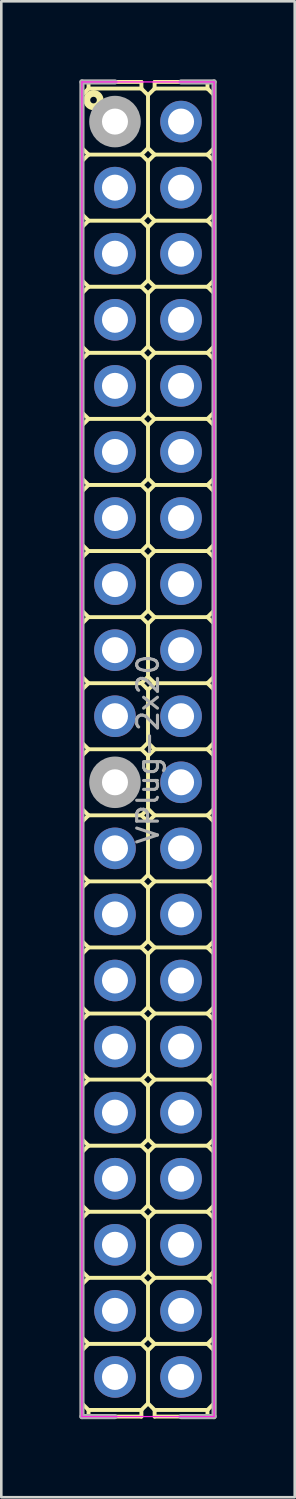
<source format=kicad_pcb>
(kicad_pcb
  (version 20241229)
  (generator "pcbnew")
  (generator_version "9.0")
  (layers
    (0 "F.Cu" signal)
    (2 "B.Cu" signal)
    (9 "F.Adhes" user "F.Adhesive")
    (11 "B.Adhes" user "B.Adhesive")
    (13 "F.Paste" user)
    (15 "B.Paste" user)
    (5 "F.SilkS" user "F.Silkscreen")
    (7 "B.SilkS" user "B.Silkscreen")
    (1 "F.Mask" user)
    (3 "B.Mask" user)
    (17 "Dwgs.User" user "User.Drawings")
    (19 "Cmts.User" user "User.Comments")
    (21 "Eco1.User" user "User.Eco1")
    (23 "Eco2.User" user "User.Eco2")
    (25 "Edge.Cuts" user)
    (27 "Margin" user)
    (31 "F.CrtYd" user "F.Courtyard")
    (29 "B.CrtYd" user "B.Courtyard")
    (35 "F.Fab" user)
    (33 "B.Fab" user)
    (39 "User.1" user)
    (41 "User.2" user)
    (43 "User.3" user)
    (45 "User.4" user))
  (footprint "VPlug-2x20"
    (layer "F.Cu")
    (at 2.64 25.754)
    (property "Reference" "VPlug-2x20" (at 0 0 270) (layer "F.Fab") (effects (font (size 0.8 0.8) (thickness 0.12))))
    (attr through_hole)
    (fp_line (start -2.54 -25.146) (end -2.54 -23.114) (stroke (width 0.15) (type solid)) (layer "F.SilkS"))
    (fp_line (start -2.54 -25.146) (end -2.286 -25.4) (stroke (width 0.15) (type solid)) (layer "F.SilkS"))
    (fp_line (start -2.54 -23.114) (end -2.286 -22.86) (stroke (width 0.15) (type solid)) (layer "F.SilkS"))
    (fp_line (start -2.54 -22.606) (end -2.54 -20.574) (stroke (width 0.15) (type solid)) (layer "F.SilkS"))
    (fp_line (start -2.54 -20.574) (end -2.286 -20.32) (stroke (width 0.15) (type solid)) (layer "F.SilkS"))
    (fp_line (start -2.54 -20.066) (end -2.54 -18.034) (stroke (width 0.15) (type solid)) (layer "F.SilkS"))
    (fp_line (start -2.54 -18.034) (end -2.286 -17.78) (stroke (width 0.15) (type solid)) (layer "F.SilkS"))
    (fp_line (start -2.54 -17.526) (end -2.54 -15.494) (stroke (width 0.15) (type solid)) (layer "F.SilkS"))
    (fp_line (start -2.54 -15.494) (end -2.286 -15.24) (stroke (width 0.15) (type solid)) (layer "F.SilkS"))
    (fp_line (start -2.54 -14.986) (end -2.54 -12.954) (stroke (width 0.15) (type solid)) (layer "F.SilkS"))
    (fp_line (start -2.54 -12.954) (end -2.286 -12.7) (stroke (width 0.15) (type solid)) (layer "F.SilkS"))
    (fp_line (start -2.54 -12.446) (end -2.54 -10.414) (stroke (width 0.15) (type solid)) (layer "F.SilkS"))
    (fp_line (start -2.54 -10.414) (end -2.286 -10.16) (stroke (width 0.15) (type solid)) (layer "F.SilkS"))
    (fp_line (start -2.54 -9.906) (end -2.54 -7.874) (stroke (width 0.15) (type solid)) (layer "F.SilkS"))
    (fp_line (start -2.54 -7.874) (end -2.286 -7.62) (stroke (width 0.15) (type solid)) (layer "F.SilkS"))
    (fp_line (start -2.54 -7.366) (end -2.54 -5.334) (stroke (width 0.15) (type solid)) (layer "F.SilkS"))
    (fp_line (start -2.54 -5.334) (end -2.286 -5.08) (stroke (width 0.15) (type solid)) (layer "F.SilkS"))
    (fp_line (start -2.54 -4.826) (end -2.54 -2.794) (stroke (width 0.15) (type solid)) (layer "F.SilkS"))
    (fp_line (start -2.54 -2.794) (end -2.286 -2.54) (stroke (width 0.15) (type solid)) (layer "F.SilkS"))
    (fp_line (start -2.54 -2.286) (end -2.54 -0.254) (stroke (width 0.15) (type solid)) (layer "F.SilkS"))
    (fp_line (start -2.54 -0.254) (end -2.286 0) (stroke (width 0.15) (type solid)) (layer "F.SilkS"))
    (fp_line (start -2.54 0.254) (end -2.54 2.286) (stroke (width 0.15) (type solid)) (layer "F.SilkS"))
    (fp_line (start -2.54 2.286) (end -2.286 2.54) (stroke (width 0.15) (type solid)) (layer "F.SilkS"))
    (fp_line (start -2.54 2.794) (end -2.54 4.826) (stroke (width 0.15) (type solid)) (layer "F.SilkS"))
    (fp_line (start -2.54 4.826) (end -2.286 5.08) (stroke (width 0.15) (type solid)) (layer "F.SilkS"))
    (fp_line (start -2.54 5.334) (end -2.54 7.366) (stroke (width 0.15) (type solid)) (layer "F.SilkS"))
    (fp_line (start -2.54 7.366) (end -2.286 7.62) (stroke (width 0.15) (type solid)) (layer "F.SilkS"))
    (fp_line (start -2.54 7.874) (end -2.54 9.906) (stroke (width 0.15) (type solid)) (layer "F.SilkS"))
    (fp_line (start -2.54 9.906) (end -2.286 10.16) (stroke (width 0.15) (type solid)) (layer "F.SilkS"))
    (fp_line (start -2.54 10.414) (end -2.54 12.446) (stroke (width 0.15) (type solid)) (layer "F.SilkS"))
    (fp_line (start -2.54 12.446) (end -2.286 12.7) (stroke (width 0.15) (type solid)) (layer "F.SilkS"))
    (fp_line (start -2.54 12.954) (end -2.54 14.986) (stroke (width 0.15) (type solid)) (layer "F.SilkS"))
    (fp_line (start -2.54 14.986) (end -2.286 15.24) (stroke (width 0.15) (type solid)) (layer "F.SilkS"))
    (fp_line (start -2.54 15.494) (end -2.54 17.526) (stroke (width 0.15) (type solid)) (layer "F.SilkS"))
    (fp_line (start -2.54 17.526) (end -2.286 17.78) (stroke (width 0.15) (type solid)) (layer "F.SilkS"))
    (fp_line (start -2.54 18.034) (end -2.54 20.066) (stroke (width 0.15) (type solid)) (layer "F.SilkS"))
    (fp_line (start -2.54 20.066) (end -2.286 20.32) (stroke (width 0.15) (type solid)) (layer "F.SilkS"))
    (fp_line (start -2.54 20.574) (end -2.54 22.606) (stroke (width 0.15) (type solid)) (layer "F.SilkS"))
    (fp_line (start -2.54 22.606) (end -2.286 22.86) (stroke (width 0.15) (type solid)) (layer "F.SilkS"))
    (fp_line (start -2.54 23.114) (end -2.54 25.146) (stroke (width 0.15) (type solid)) (layer "F.SilkS"))
    (fp_line (start -2.54 25.146) (end -2.286 25.4) (stroke (width 0.15) (type solid)) (layer "F.SilkS"))
    (fp_line (start -2.286 -25.654) (end -0.254 -25.654) (stroke (width 0.15) (type solid)) (layer "F.SilkS"))
    (fp_line (start -2.286 -25.4) (end -2.286 -25.654) (stroke (width 0.15) (type solid)) (layer "F.SilkS"))
    (fp_line (start -2.286 -25.4) (end -0.254 -25.4) (stroke (width 0.15) (type solid)) (layer "F.SilkS"))
    (fp_line (start -2.286 -22.86) (end -2.54 -22.606) (stroke (width 0.15) (type solid)) (layer "F.SilkS"))
    (fp_line (start -2.286 -20.32) (end -2.54 -20.066) (stroke (width 0.15) (type solid)) (layer "F.SilkS"))
    (fp_line (start -2.286 -20.32) (end -0.254 -20.32) (stroke (width 0.15) (type solid)) (layer "F.SilkS"))
    (fp_line (start -2.286 -17.78) (end -2.54 -17.526) (stroke (width 0.15) (type solid)) (layer "F.SilkS"))
    (fp_line (start -2.286 -15.24) (end -2.54 -14.986) (stroke (width 0.15) (type solid)) (layer "F.SilkS"))
    (fp_line (start -2.286 -12.7) (end -2.54 -12.446) (stroke (width 0.15) (type solid)) (layer "F.SilkS"))
    (fp_line (start -2.286 -10.16) (end -2.54 -9.906) (stroke (width 0.15) (type solid)) (layer "F.SilkS"))
    (fp_line (start -2.286 -7.62) (end -2.54 -7.366) (stroke (width 0.15) (type solid)) (layer "F.SilkS"))
    (fp_line (start -2.286 -5.08) (end -2.54 -4.826) (stroke (width 0.15) (type solid)) (layer "F.SilkS"))
    (fp_line (start -2.286 -2.54) (end -2.54 -2.286) (stroke (width 0.15) (type solid)) (layer "F.SilkS"))
    (fp_line (start -2.286 0) (end -2.54 0.254) (stroke (width 0.15) (type solid)) (layer "F.SilkS"))
    (fp_line (start -2.286 2.54) (end -2.54 2.794) (stroke (width 0.15) (type solid)) (layer "F.SilkS"))
    (fp_line (start -2.286 5.08) (end -2.54 5.334) (stroke (width 0.15) (type solid)) (layer "F.SilkS"))
    (fp_line (start -2.286 5.08) (end -0.254 5.08) (stroke (width 0.15) (type solid)) (layer "F.SilkS"))
    (fp_line (start -2.286 7.62) (end -2.54 7.874) (stroke (width 0.15) (type solid)) (layer "F.SilkS"))
    (fp_line (start -2.286 10.16) (end -2.54 10.414) (stroke (width 0.15) (type solid)) (layer "F.SilkS"))
    (fp_line (start -2.286 12.7) (end -2.54 12.954) (stroke (width 0.15) (type solid)) (layer "F.SilkS"))
    (fp_line (start -2.286 15.24) (end -2.54 15.494) (stroke (width 0.15) (type solid)) (layer "F.SilkS"))
    (fp_line (start -2.286 17.78) (end -2.54 18.034) (stroke (width 0.15) (type solid)) (layer "F.SilkS"))
    (fp_line (start -2.286 20.32) (end -2.54 20.574) (stroke (width 0.15) (type solid)) (layer "F.SilkS"))
    (fp_line (start -2.286 22.86) (end -2.54 23.114) (stroke (width 0.15) (type solid)) (layer "F.SilkS"))
    (fp_line (start -2.286 25.4) (end -2.286 25.654) (stroke (width 0.15) (type solid)) (layer "F.SilkS"))
    (fp_line (start -2.286 25.4) (end -0.254 25.4) (stroke (width 0.15) (type solid)) (layer "F.SilkS"))
    (fp_line (start -2.286 25.654) (end -0.254 25.654) (stroke (width 0.15) (type solid)) (layer "F.SilkS"))
    (fp_line (start -0.254 -25.654) (end -0.254 -25.4) (stroke (width 0.15) (type solid)) (layer "F.SilkS"))
    (fp_line (start -0.254 -25.4) (end 0 -25.146) (stroke (width 0.15) (type solid)) (layer "F.SilkS"))
    (fp_line (start -0.254 -22.86) (end -2.286 -22.86) (stroke (width 0.15) (type solid)) (layer "F.SilkS"))
    (fp_line (start -0.254 -20.32) (end 0 -20.574) (stroke (width 0.15) (type solid)) (layer "F.SilkS"))
    (fp_line (start -0.254 -17.78) (end -2.286 -17.78) (stroke (width 0.15) (type solid)) (layer "F.SilkS"))
    (fp_line (start -0.254 -17.78) (end 0 -18.034) (stroke (width 0.15) (type solid)) (layer "F.SilkS"))
    (fp_line (start -0.254 -15.24) (end -2.286 -15.24) (stroke (width 0.15) (type solid)) (layer "F.SilkS"))
    (fp_line (start -0.254 -15.24) (end 0 -15.494) (stroke (width 0.15) (type solid)) (layer "F.SilkS"))
    (fp_line (start -0.254 -12.7) (end -2.286 -12.7) (stroke (width 0.15) (type solid)) (layer "F.SilkS"))
    (fp_line (start -0.254 -12.7) (end 0 -12.954) (stroke (width 0.15) (type solid)) (layer "F.SilkS"))
    (fp_line (start -0.254 -10.16) (end -2.286 -10.16) (stroke (width 0.15) (type solid)) (layer "F.SilkS"))
    (fp_line (start -0.254 -10.16) (end 0 -10.414) (stroke (width 0.15) (type solid)) (layer "F.SilkS"))
    (fp_line (start -0.254 -7.62) (end -2.286 -7.62) (stroke (width 0.15) (type solid)) (layer "F.SilkS"))
    (fp_line (start -0.254 -7.62) (end 0 -7.874) (stroke (width 0.15) (type solid)) (layer "F.SilkS"))
    (fp_line (start -0.254 -5.08) (end -2.286 -5.08) (stroke (width 0.15) (type solid)) (layer "F.SilkS"))
    (fp_line (start -0.254 -5.08) (end 0 -5.334) (stroke (width 0.15) (type solid)) (layer "F.SilkS"))
    (fp_line (start -0.254 -2.54) (end -2.286 -2.54) (stroke (width 0.15) (type solid)) (layer "F.SilkS"))
    (fp_line (start -0.254 -2.54) (end 0 -2.794) (stroke (width 0.15) (type solid)) (layer "F.SilkS"))
    (fp_line (start -0.254 0) (end -2.286 0) (stroke (width 0.15) (type solid)) (layer "F.SilkS"))
    (fp_line (start -0.254 2.54) (end -2.286 2.54) (stroke (width 0.15) (type solid)) (layer "F.SilkS"))
    (fp_line (start -0.254 5.08) (end 0 4.826) (stroke (width 0.15) (type solid)) (layer "F.SilkS"))
    (fp_line (start -0.254 7.62) (end -2.286 7.62) (stroke (width 0.15) (type solid)) (layer "F.SilkS"))
    (fp_line (start -0.254 7.62) (end 0 7.366) (stroke (width 0.15) (type solid)) (layer "F.SilkS"))
    (fp_line (start -0.254 10.16) (end -2.286 10.16) (stroke (width 0.15) (type solid)) (layer "F.SilkS"))
    (fp_line (start -0.254 10.16) (end 0 9.906) (stroke (width 0.15) (type solid)) (layer "F.SilkS"))
    (fp_line (start -0.254 12.7) (end -2.286 12.7) (stroke (width 0.15) (type solid)) (layer "F.SilkS"))
    (fp_line (start -0.254 12.7) (end 0 12.446) (stroke (width 0.15) (type solid)) (layer "F.SilkS"))
    (fp_line (start -0.254 15.24) (end -2.286 15.24) (stroke (width 0.15) (type solid)) (layer "F.SilkS"))
    (fp_line (start -0.254 15.24) (end 0 14.986) (stroke (width 0.15) (type solid)) (layer "F.SilkS"))
    (fp_line (start -0.254 17.78) (end -2.286 17.78) (stroke (width 0.15) (type solid)) (layer "F.SilkS"))
    (fp_line (start -0.254 17.78) (end 0 17.526) (stroke (width 0.15) (type solid)) (layer "F.SilkS"))
    (fp_line (start -0.254 20.32) (end -2.286 20.32) (stroke (width 0.15) (type solid)) (layer "F.SilkS"))
    (fp_line (start -0.254 20.32) (end 0 20.066) (stroke (width 0.15) (type solid)) (layer "F.SilkS"))
    (fp_line (start -0.254 22.86) (end -2.286 22.86) (stroke (width 0.15) (type solid)) (layer "F.SilkS"))
    (fp_line (start -0.254 22.86) (end 0 22.606) (stroke (width 0.15) (type solid)) (layer "F.SilkS"))
    (fp_line (start -0.254 25.4) (end 0 25.146) (stroke (width 0.15) (type solid)) (layer "F.SilkS"))
    (fp_line (start -0.254 25.654) (end -0.254 25.4) (stroke (width 0.15) (type solid)) (layer "F.SilkS"))
    (fp_line (start 0 -25.146) (end 0 -23.114) (stroke (width 0.15) (type solid)) (layer "F.SilkS"))
    (fp_line (start 0 -25.146) (end 0.254 -25.4) (stroke (width 0.15) (type solid)) (layer "F.SilkS"))
    (fp_line (start 0 -23.114) (end -0.254 -22.86) (stroke (width 0.15) (type solid)) (layer "F.SilkS"))
    (fp_line (start 0 -23.114) (end 0.254 -22.86) (stroke (width 0.15) (type solid)) (layer "F.SilkS"))
    (fp_line (start 0 -22.606) (end -0.254 -22.86) (stroke (width 0.15) (type solid)) (layer "F.SilkS"))
    (fp_line (start 0 -20.574) (end 0 -22.606) (stroke (width 0.15) (type solid)) (layer "F.SilkS"))
    (fp_line (start 0 -20.574) (end 0.254 -20.32) (stroke (width 0.15) (type solid)) (layer "F.SilkS"))
    (fp_line (start 0 -20.066) (end -0.254 -20.32) (stroke (width 0.15) (type solid)) (layer "F.SilkS"))
    (fp_line (start 0 -18.034) (end 0 -20.066) (stroke (width 0.15) (type solid)) (layer "F.SilkS"))
    (fp_line (start 0 -18.034) (end 0.254 -17.78) (stroke (width 0.15) (type solid)) (layer "F.SilkS"))
    (fp_line (start 0 -17.526) (end -0.254 -17.78) (stroke (width 0.15) (type solid)) (layer "F.SilkS"))
    (fp_line (start 0 -15.494) (end 0 -17.526) (stroke (width 0.15) (type solid)) (layer "F.SilkS"))
    (fp_line (start 0 -15.494) (end 0.254 -15.24) (stroke (width 0.15) (type solid)) (layer "F.SilkS"))
    (fp_line (start 0 -14.986) (end -0.254 -15.24) (stroke (width 0.15) (type solid)) (layer "F.SilkS"))
    (fp_line (start 0 -12.954) (end 0 -14.986) (stroke (width 0.15) (type solid)) (layer "F.SilkS"))
    (fp_line (start 0 -12.954) (end 0.254 -12.7) (stroke (width 0.15) (type solid)) (layer "F.SilkS"))
    (fp_line (start 0 -12.446) (end -0.254 -12.7) (stroke (width 0.15) (type solid)) (layer "F.SilkS"))
    (fp_line (start 0 -10.414) (end 0 -12.446) (stroke (width 0.15) (type solid)) (layer "F.SilkS"))
    (fp_line (start 0 -10.414) (end 0.254 -10.16) (stroke (width 0.15) (type solid)) (layer "F.SilkS"))
    (fp_line (start 0 -9.906) (end -0.254 -10.16) (stroke (width 0.15) (type solid)) (layer "F.SilkS"))
    (fp_line (start 0 -7.874) (end 0 -9.906) (stroke (width 0.15) (type solid)) (layer "F.SilkS"))
    (fp_line (start 0 -7.874) (end 0.254 -7.62) (stroke (width 0.15) (type solid)) (layer "F.SilkS"))
    (fp_line (start 0 -7.366) (end -0.254 -7.62) (stroke (width 0.15) (type solid)) (layer "F.SilkS"))
    (fp_line (start 0 -5.334) (end 0 -7.366) (stroke (width 0.15) (type solid)) (layer "F.SilkS"))
    (fp_line (start 0 -5.334) (end 0.254 -5.08) (stroke (width 0.15) (type solid)) (layer "F.SilkS"))
    (fp_line (start 0 -4.826) (end -0.254 -5.08) (stroke (width 0.15) (type solid)) (layer "F.SilkS"))
    (fp_line (start 0 -2.794) (end 0 -4.826) (stroke (width 0.15) (type solid)) (layer "F.SilkS"))
    (fp_line (start 0 -2.794) (end 0.254 -2.54) (stroke (width 0.15) (type solid)) (layer "F.SilkS"))
    (fp_line (start 0 -2.286) (end -0.254 -2.54) (stroke (width 0.15) (type solid)) (layer "F.SilkS"))
    (fp_line (start 0 -0.254) (end -0.254 0) (stroke (width 0.15) (type solid)) (layer "F.SilkS"))
    (fp_line (start 0 -0.254) (end 0 -2.286) (stroke (width 0.15) (type solid)) (layer "F.SilkS"))
    (fp_line (start 0 0.254) (end -0.254 0) (stroke (width 0.15) (type solid)) (layer "F.SilkS"))
    (fp_line (start 0 0.254) (end 0 2.286) (stroke (width 0.15) (type solid)) (layer "F.SilkS"))
    (fp_line (start 0 2.286) (end -0.254 2.54) (stroke (width 0.15) (type solid)) (layer "F.SilkS"))
    (fp_line (start 0 2.286) (end 0.254 2.54) (stroke (width 0.15) (type solid)) (layer "F.SilkS"))
    (fp_line (start 0 2.794) (end -0.254 2.54) (stroke (width 0.15) (type solid)) (layer "F.SilkS"))
    (fp_line (start 0 4.826) (end 0 2.794) (stroke (width 0.15) (type solid)) (layer "F.SilkS"))
    (fp_line (start 0 4.826) (end 0.254 5.08) (stroke (width 0.15) (type solid)) (layer "F.SilkS"))
    (fp_line (start 0 5.334) (end -0.254 5.08) (stroke (width 0.15) (type solid)) (layer "F.SilkS"))
    (fp_line (start 0 7.366) (end 0 5.334) (stroke (width 0.15) (type solid)) (layer "F.SilkS"))
    (fp_line (start 0 7.366) (end 0.254 7.62) (stroke (width 0.15) (type solid)) (layer "F.SilkS"))
    (fp_line (start 0 7.874) (end -0.254 7.62) (stroke (width 0.15) (type solid)) (layer "F.SilkS"))
    (fp_line (start 0 9.906) (end 0 7.874) (stroke (width 0.15) (type solid)) (layer "F.SilkS"))
    (fp_line (start 0 9.906) (end 0.254 10.16) (stroke (width 0.15) (type solid)) (layer "F.SilkS"))
    (fp_line (start 0 10.414) (end -0.254 10.16) (stroke (width 0.15) (type solid)) (layer "F.SilkS"))
    (fp_line (start 0 12.446) (end 0 10.414) (stroke (width 0.15) (type solid)) (layer "F.SilkS"))
    (fp_line (start 0 12.446) (end 0.254 12.7) (stroke (width 0.15) (type solid)) (layer "F.SilkS"))
    (fp_line (start 0 12.954) (end -0.254 12.7) (stroke (width 0.15) (type solid)) (layer "F.SilkS"))
    (fp_line (start 0 14.986) (end 0 12.954) (stroke (width 0.15) (type solid)) (layer "F.SilkS"))
    (fp_line (start 0 14.986) (end 0.254 15.24) (stroke (width 0.15) (type solid)) (layer "F.SilkS"))
    (fp_line (start 0 15.494) (end -0.254 15.24) (stroke (width 0.15) (type solid)) (layer "F.SilkS"))
    (fp_line (start 0 17.526) (end 0 15.494) (stroke (width 0.15) (type solid)) (layer "F.SilkS"))
    (fp_line (start 0 17.526) (end 0.254 17.78) (stroke (width 0.15) (type solid)) (layer "F.SilkS"))
    (fp_line (start 0 18.034) (end -0.254 17.78) (stroke (width 0.15) (type solid)) (layer "F.SilkS"))
    (fp_line (start 0 20.066) (end 0 18.034) (stroke (width 0.15) (type solid)) (layer "F.SilkS"))
    (fp_line (start 0 20.066) (end 0.254 20.32) (stroke (width 0.15) (type solid)) (layer "F.SilkS"))
    (fp_line (start 0 20.574) (end -0.254 20.32) (stroke (width 0.15) (type solid)) (layer "F.SilkS"))
    (fp_line (start 0 22.606) (end 0 20.574) (stroke (width 0.15) (type solid)) (layer "F.SilkS"))
    (fp_line (start 0 22.606) (end 0.254 22.86) (stroke (width 0.15) (type solid)) (layer "F.SilkS"))
    (fp_line (start 0 23.114) (end -0.254 22.86) (stroke (width 0.15) (type solid)) (layer "F.SilkS"))
    (fp_line (start 0 25.146) (end 0 23.114) (stroke (width 0.15) (type solid)) (layer "F.SilkS"))
    (fp_line (start 0 25.146) (end 0.254 25.4) (stroke (width 0.15) (type solid)) (layer "F.SilkS"))
    (fp_line (start 0.254 -25.654) (end 2.286 -25.654) (stroke (width 0.15) (type solid)) (layer "F.SilkS"))
    (fp_line (start 0.254 -25.4) (end 0.254 -25.654) (stroke (width 0.15) (type solid)) (layer "F.SilkS"))
    (fp_line (start 0.254 -25.4) (end 2.286 -25.4) (stroke (width 0.15) (type solid)) (layer "F.SilkS"))
    (fp_line (start 0.254 -22.86) (end 0 -22.606) (stroke (width 0.15) (type solid)) (layer "F.SilkS"))
    (fp_line (start 0.254 -20.32) (end 0 -20.066) (stroke (width 0.15) (type solid)) (layer "F.SilkS"))
    (fp_line (start 0.254 -20.32) (end 2.286 -20.32) (stroke (width 0.15) (type solid)) (layer "F.SilkS"))
    (fp_line (start 0.254 -17.78) (end 0 -17.526) (stroke (width 0.15) (type solid)) (layer "F.SilkS"))
    (fp_line (start 0.254 -15.24) (end 0 -14.986) (stroke (width 0.15) (type solid)) (layer "F.SilkS"))
    (fp_line (start 0.254 -12.7) (end 0 -12.446) (stroke (width 0.15) (type solid)) (layer "F.SilkS"))
    (fp_line (start 0.254 -10.16) (end 0 -9.906) (stroke (width 0.15) (type solid)) (layer "F.SilkS"))
    (fp_line (start 0.254 -7.62) (end 0 -7.366) (stroke (width 0.15) (type solid)) (layer "F.SilkS"))
    (fp_line (start 0.254 -5.08) (end 0 -4.826) (stroke (width 0.15) (type solid)) (layer "F.SilkS"))
    (fp_line (start 0.254 -2.54) (end 0 -2.286) (stroke (width 0.15) (type solid)) (layer "F.SilkS"))
    (fp_line (start 0.254 0) (end 0 -0.254) (stroke (width 0.15) (type solid)) (layer "F.SilkS"))
    (fp_line (start 0.254 0) (end 0 0.254) (stroke (width 0.15) (type solid)) (layer "F.SilkS"))
    (fp_line (start 0.254 2.54) (end 0 2.794) (stroke (width 0.15) (type solid)) (layer "F.SilkS"))
    (fp_line (start 0.254 5.08) (end 0 5.334) (stroke (width 0.15) (type solid)) (layer "F.SilkS"))
    (fp_line (start 0.254 5.08) (end 2.286 5.08) (stroke (width 0.15) (type solid)) (layer "F.SilkS"))
    (fp_line (start 0.254 7.62) (end 0 7.874) (stroke (width 0.15) (type solid)) (layer "F.SilkS"))
    (fp_line (start 0.254 10.16) (end 0 10.414) (stroke (width 0.15) (type solid)) (layer "F.SilkS"))
    (fp_line (start 0.254 12.7) (end 0 12.954) (stroke (width 0.15) (type solid)) (layer "F.SilkS"))
    (fp_line (start 0.254 15.24) (end 0 15.494) (stroke (width 0.15) (type solid)) (layer "F.SilkS"))
    (fp_line (start 0.254 17.78) (end 0 18.034) (stroke (width 0.15) (type solid)) (layer "F.SilkS"))
    (fp_line (start 0.254 20.32) (end 0 20.574) (stroke (width 0.15) (type solid)) (layer "F.SilkS"))
    (fp_line (start 0.254 22.86) (end 0 23.114) (stroke (width 0.15) (type solid)) (layer "F.SilkS"))
    (fp_line (start 0.254 25.4) (end 0.254 25.654) (stroke (width 0.15) (type solid)) (layer "F.SilkS"))
    (fp_line (start 0.254 25.4) (end 2.286 25.4) (stroke (width 0.15) (type solid)) (layer "F.SilkS"))
    (fp_line (start 0.254 25.654) (end 2.286 25.654) (stroke (width 0.15) (type solid)) (layer "F.SilkS"))
    (fp_line (start 2.286 -25.654) (end 2.286 -25.4) (stroke (width 0.15) (type solid)) (layer "F.SilkS"))
    (fp_line (start 2.286 -25.4) (end 2.54 -25.146) (stroke (width 0.15) (type solid)) (layer "F.SilkS"))
    (fp_line (start 2.286 -22.86) (end 0.254 -22.86) (stroke (width 0.15) (type solid)) (layer "F.SilkS"))
    (fp_line (start 2.286 -20.32) (end 2.54 -20.574) (stroke (width 0.15) (type solid)) (layer "F.SilkS"))
    (fp_line (start 2.286 -17.78) (end 0.254 -17.78) (stroke (width 0.15) (type solid)) (layer "F.SilkS"))
    (fp_line (start 2.286 -17.78) (end 2.54 -18.034) (stroke (width 0.15) (type solid)) (layer "F.SilkS"))
    (fp_line (start 2.286 -15.24) (end 0.254 -15.24) (stroke (width 0.15) (type solid)) (layer "F.SilkS"))
    (fp_line (start 2.286 -15.24) (end 2.54 -15.494) (stroke (width 0.15) (type solid)) (layer "F.SilkS"))
    (fp_line (start 2.286 -12.7) (end 0.254 -12.7) (stroke (width 0.15) (type solid)) (layer "F.SilkS"))
    (fp_line (start 2.286 -12.7) (end 2.54 -12.954) (stroke (width 0.15) (type solid)) (layer "F.SilkS"))
    (fp_line (start 2.286 -10.16) (end 0.254 -10.16) (stroke (width 0.15) (type solid)) (layer "F.SilkS"))
    (fp_line (start 2.286 -10.16) (end 2.54 -10.414) (stroke (width 0.15) (type solid)) (layer "F.SilkS"))
    (fp_line (start 2.286 -7.62) (end 0.254 -7.62) (stroke (width 0.15) (type solid)) (layer "F.SilkS"))
    (fp_line (start 2.286 -7.62) (end 2.54 -7.874) (stroke (width 0.15) (type solid)) (layer "F.SilkS"))
    (fp_line (start 2.286 -5.08) (end 0.254 -5.08) (stroke (width 0.15) (type solid)) (layer "F.SilkS"))
    (fp_line (start 2.286 -5.08) (end 2.54 -5.334) (stroke (width 0.15) (type solid)) (layer "F.SilkS"))
    (fp_line (start 2.286 -2.54) (end 0.254 -2.54) (stroke (width 0.15) (type solid)) (layer "F.SilkS"))
    (fp_line (start 2.286 -2.54) (end 2.54 -2.794) (stroke (width 0.15) (type solid)) (layer "F.SilkS"))
    (fp_line (start 2.286 0) (end 0.254 0) (stroke (width 0.15) (type solid)) (layer "F.SilkS"))
    (fp_line (start 2.286 2.54) (end 0.254 2.54) (stroke (width 0.15) (type solid)) (layer "F.SilkS"))
    (fp_line (start 2.286 5.08) (end 2.54 4.826) (stroke (width 0.15) (type solid)) (layer "F.SilkS"))
    (fp_line (start 2.286 7.62) (end 0.254 7.62) (stroke (width 0.15) (type solid)) (layer "F.SilkS"))
    (fp_line (start 2.286 7.62) (end 2.54 7.366) (stroke (width 0.15) (type solid)) (layer "F.SilkS"))
    (fp_line (start 2.286 10.16) (end 0.254 10.16) (stroke (width 0.15) (type solid)) (layer "F.SilkS"))
    (fp_line (start 2.286 10.16) (end 2.54 9.906) (stroke (width 0.15) (type solid)) (layer "F.SilkS"))
    (fp_line (start 2.286 12.7) (end 0.254 12.7) (stroke (width 0.15) (type solid)) (layer "F.SilkS"))
    (fp_line (start 2.286 12.7) (end 2.54 12.446) (stroke (width 0.15) (type solid)) (layer "F.SilkS"))
    (fp_line (start 2.286 15.24) (end 0.254 15.24) (stroke (width 0.15) (type solid)) (layer "F.SilkS"))
    (fp_line (start 2.286 15.24) (end 2.54 14.986) (stroke (width 0.15) (type solid)) (layer "F.SilkS"))
    (fp_line (start 2.286 17.78) (end 0.254 17.78) (stroke (width 0.15) (type solid)) (layer "F.SilkS"))
    (fp_line (start 2.286 17.78) (end 2.54 17.526) (stroke (width 0.15) (type solid)) (layer "F.SilkS"))
    (fp_line (start 2.286 20.32) (end 0.254 20.32) (stroke (width 0.15) (type solid)) (layer "F.SilkS"))
    (fp_line (start 2.286 20.32) (end 2.54 20.066) (stroke (width 0.15) (type solid)) (layer "F.SilkS"))
    (fp_line (start 2.286 22.86) (end 0.254 22.86) (stroke (width 0.15) (type solid)) (layer "F.SilkS"))
    (fp_line (start 2.286 22.86) (end 2.54 22.606) (stroke (width 0.15) (type solid)) (layer "F.SilkS"))
    (fp_line (start 2.286 25.4) (end 2.54 25.146) (stroke (width 0.15) (type solid)) (layer "F.SilkS"))
    (fp_line (start 2.286 25.654) (end 2.286 25.4) (stroke (width 0.15) (type solid)) (layer "F.SilkS"))
    (fp_line (start 2.54 -25.146) (end 2.54 -23.114) (stroke (width 0.15) (type solid)) (layer "F.SilkS"))
    (fp_line (start 2.54 -23.114) (end 2.286 -22.86) (stroke (width 0.15) (type solid)) (layer "F.SilkS"))
    (fp_line (start 2.54 -22.606) (end 2.286 -22.86) (stroke (width 0.15) (type solid)) (layer "F.SilkS"))
    (fp_line (start 2.54 -20.574) (end 2.54 -22.606) (stroke (width 0.15) (type solid)) (layer "F.SilkS"))
    (fp_line (start 2.54 -20.066) (end 2.286 -20.32) (stroke (width 0.15) (type solid)) (layer "F.SilkS"))
    (fp_line (start 2.54 -18.034) (end 2.54 -20.066) (stroke (width 0.15) (type solid)) (layer "F.SilkS"))
    (fp_line (start 2.54 -17.526) (end 2.286 -17.78) (stroke (width 0.15) (type solid)) (layer "F.SilkS"))
    (fp_line (start 2.54 -15.494) (end 2.54 -17.526) (stroke (width 0.15) (type solid)) (layer "F.SilkS"))
    (fp_line (start 2.54 -14.986) (end 2.286 -15.24) (stroke (width 0.15) (type solid)) (layer "F.SilkS"))
    (fp_line (start 2.54 -12.954) (end 2.54 -14.986) (stroke (width 0.15) (type solid)) (layer "F.SilkS"))
    (fp_line (start 2.54 -12.446) (end 2.286 -12.7) (stroke (width 0.15) (type solid)) (layer "F.SilkS"))
    (fp_line (start 2.54 -10.414) (end 2.54 -12.446) (stroke (width 0.15) (type solid)) (layer "F.SilkS"))
    (fp_line (start 2.54 -9.906) (end 2.286 -10.16) (stroke (width 0.15) (type solid)) (layer "F.SilkS"))
    (fp_line (start 2.54 -7.874) (end 2.54 -9.906) (stroke (width 0.15) (type solid)) (layer "F.SilkS"))
    (fp_line (start 2.54 -7.366) (end 2.286 -7.62) (stroke (width 0.15) (type solid)) (layer "F.SilkS"))
    (fp_line (start 2.54 -5.334) (end 2.54 -7.366) (stroke (width 0.15) (type solid)) (layer "F.SilkS"))
    (fp_line (start 2.54 -4.826) (end 2.286 -5.08) (stroke (width 0.15) (type solid)) (layer "F.SilkS"))
    (fp_line (start 2.54 -2.794) (end 2.54 -4.826) (stroke (width 0.15) (type solid)) (layer "F.SilkS"))
    (fp_line (start 2.54 -2.286) (end 2.286 -2.54) (stroke (width 0.15) (type solid)) (layer "F.SilkS"))
    (fp_line (start 2.54 -0.254) (end 2.286 0) (stroke (width 0.15) (type solid)) (layer "F.SilkS"))
    (fp_line (start 2.54 -0.254) (end 2.54 -2.286) (stroke (width 0.15) (type solid)) (layer "F.SilkS"))
    (fp_line (start 2.54 0.254) (end 2.286 0) (stroke (width 0.15) (type solid)) (layer "F.SilkS"))
    (fp_line (start 2.54 0.254) (end 2.54 2.286) (stroke (width 0.15) (type solid)) (layer "F.SilkS"))
    (fp_line (start 2.54 2.286) (end 2.286 2.54) (stroke (width 0.15) (type solid)) (layer "F.SilkS"))
    (fp_line (start 2.54 2.794) (end 2.286 2.54) (stroke (width 0.15) (type solid)) (layer "F.SilkS"))
    (fp_line (start 2.54 4.826) (end 2.54 2.794) (stroke (width 0.15) (type solid)) (layer "F.SilkS"))
    (fp_line (start 2.54 5.334) (end 2.286 5.08) (stroke (width 0.15) (type solid)) (layer "F.SilkS"))
    (fp_line (start 2.54 7.366) (end 2.54 5.334) (stroke (width 0.15) (type solid)) (layer "F.SilkS"))
    (fp_line (start 2.54 7.874) (end 2.286 7.62) (stroke (width 0.15) (type solid)) (layer "F.SilkS"))
    (fp_line (start 2.54 9.906) (end 2.54 7.874) (stroke (width 0.15) (type solid)) (layer "F.SilkS"))
    (fp_line (start 2.54 10.414) (end 2.286 10.16) (stroke (width 0.15) (type solid)) (layer "F.SilkS"))
    (fp_line (start 2.54 12.446) (end 2.54 10.414) (stroke (width 0.15) (type solid)) (layer "F.SilkS"))
    (fp_line (start 2.54 12.954) (end 2.286 12.7) (stroke (width 0.15) (type solid)) (layer "F.SilkS"))
    (fp_line (start 2.54 14.986) (end 2.54 12.954) (stroke (width 0.15) (type solid)) (layer "F.SilkS"))
    (fp_line (start 2.54 15.494) (end 2.286 15.24) (stroke (width 0.15) (type solid)) (layer "F.SilkS"))
    (fp_line (start 2.54 17.526) (end 2.54 15.494) (stroke (width 0.15) (type solid)) (layer "F.SilkS"))
    (fp_line (start 2.54 18.034) (end 2.286 17.78) (stroke (width 0.15) (type solid)) (layer "F.SilkS"))
    (fp_line (start 2.54 20.066) (end 2.54 18.034) (stroke (width 0.15) (type solid)) (layer "F.SilkS"))
    (fp_line (start 2.54 20.574) (end 2.286 20.32) (stroke (width 0.15) (type solid)) (layer "F.SilkS"))
    (fp_line (start 2.54 22.606) (end 2.54 20.574) (stroke (width 0.15) (type solid)) (layer "F.SilkS"))
    (fp_line (start 2.54 23.114) (end 2.286 22.86) (stroke (width 0.15) (type solid)) (layer "F.SilkS"))
    (fp_line (start 2.54 25.146) (end 2.54 23.114) (stroke (width 0.15) (type solid)) (layer "F.SilkS"))
    (fp_circle (center -2.095 -24.956) (end -1.968 -24.956) (stroke (width 0.26) (type solid)) (fill no) (layer "F.SilkS"))
    (fp_line (start -2.54 -25.654) (end 2.54 -25.654) (stroke (width 0.05) (type solid)) (layer "F.CrtYd"))
    (fp_line (start -2.54 25.654) (end -2.54 -25.654) (stroke (width 0.05) (type solid)) (layer "F.CrtYd"))
    (fp_line (start 2.54 -25.654) (end 2.54 25.654) (stroke (width 0.05) (type solid)) (layer "F.CrtYd"))
    (fp_line (start 2.54 25.654) (end -2.54 25.654) (stroke (width 0.05) (type solid)) (layer "F.CrtYd"))
    (fp_line (start -2.54 -25.654) (end -2.54 25.654) (stroke (width 0.2) (type solid)) (layer "F.Fab"))
    (fp_line (start -2.54 -25.654) (end -1.27 -25.654) (stroke (width 0.2) (type solid)) (layer "F.Fab"))
    (fp_line (start -2.54 25.654) (end -1.27 25.654) (stroke (width 0.2) (type solid)) (layer "F.Fab"))
    (fp_line (start 1.27 -25.654) (end 2.54 -25.654) (stroke (width 0.2) (type solid)) (layer "F.Fab"))
    (fp_line (start 1.27 25.654) (end 2.54 25.654) (stroke (width 0.2) (type solid)) (layer "F.Fab"))
    (fp_line (start 2.54 25.654) (end 2.54 -25.654) (stroke (width 0.2) (type solid)) (layer "F.Fab"))
    (fp_circle (center -1.27 -24.13) (end -1.27 -23.939) (stroke (width 0.8) (type solid)) (fill no) (layer "F.Fab"))
    (fp_circle (center -1.27 1.27) (end -1.27 1.46) (stroke (width 0.8) (type solid)) (fill no) (layer "F.Fab"))
    (pad "1" thru_hole circle (at -1.27 -24.13) (size 1.6 1.6) (drill 1) (layers "*.Cu" "*.Mask"))
    (pad "2" thru_hole circle (at 1.27 -24.13) (size 1.6 1.6) (drill 1) (layers "*.Cu" "*.Mask"))
    (pad "3" thru_hole circle (at -1.27 -21.59) (size 1.6 1.6) (drill 1) (layers "*.Cu" "*.Mask"))
    (pad "4" thru_hole circle (at 1.27 -21.59) (size 1.6 1.6) (drill 1) (layers "*.Cu" "*.Mask"))
    (pad "5" thru_hole circle (at -1.27 -19.05) (size 1.6 1.6) (drill 1) (layers "*.Cu" "*.Mask"))
    (pad "6" thru_hole circle (at 1.27 -19.05) (size 1.6 1.6) (drill 1) (layers "*.Cu" "*.Mask"))
    (pad "7" thru_hole circle (at -1.27 -16.51) (size 1.6 1.6) (drill 1) (layers "*.Cu" "*.Mask"))
    (pad "8" thru_hole circle (at 1.27 -16.51) (size 1.6 1.6) (drill 1) (layers "*.Cu" "*.Mask"))
    (pad "9" thru_hole circle (at -1.27 -13.97) (size 1.6 1.6) (drill 1) (layers "*.Cu" "*.Mask"))
    (pad "10" thru_hole circle (at 1.27 -13.97) (size 1.6 1.6) (drill 1) (layers "*.Cu" "*.Mask"))
    (pad "11" thru_hole circle (at -1.27 -11.43) (size 1.6 1.6) (drill 1) (layers "*.Cu" "*.Mask"))
    (pad "12" thru_hole circle (at 1.27 -11.43) (size 1.6 1.6) (drill 1) (layers "*.Cu" "*.Mask"))
    (pad "13" thru_hole circle (at -1.27 -8.89) (size 1.6 1.6) (drill 1) (layers "*.Cu" "*.Mask"))
    (pad "14" thru_hole circle (at 1.27 -8.89) (size 1.6 1.6) (drill 1) (layers "*.Cu" "*.Mask"))
    (pad "15" thru_hole circle (at -1.27 -6.35) (size 1.6 1.6) (drill 1) (layers "*.Cu" "*.Mask"))
    (pad "16" thru_hole circle (at 1.27 -6.35) (size 1.6 1.6) (drill 1) (layers "*.Cu" "*.Mask"))
    (pad "17" thru_hole circle (at -1.27 -3.81) (size 1.6 1.6) (drill 1) (layers "*.Cu" "*.Mask"))
    (pad "18" thru_hole circle (at 1.27 -3.81) (size 1.6 1.6) (drill 1) (layers "*.Cu" "*.Mask"))
    (pad "19" thru_hole circle (at -1.27 -1.27) (size 1.6 1.6) (drill 1) (layers "*.Cu" "*.Mask"))
    (pad "20" thru_hole circle (at 1.27 -1.27) (size 1.6 1.6) (drill 1) (layers "*.Cu" "*.Mask"))
    (pad "21" thru_hole circle (at -1.27 1.27) (size 1.6 1.6) (drill 1) (layers "*.Cu" "*.Mask"))
    (pad "22" thru_hole circle (at 1.27 1.27) (size 1.6 1.6) (drill 1) (layers "*.Cu" "*.Mask"))
    (pad "23" thru_hole circle (at -1.27 3.81) (size 1.6 1.6) (drill 1) (layers "*.Cu" "*.Mask"))
    (pad "24" thru_hole circle (at 1.27 3.81) (size 1.6 1.6) (drill 1) (layers "*.Cu" "*.Mask"))
    (pad "25" thru_hole circle (at -1.27 6.35) (size 1.6 1.6) (drill 1) (layers "*.Cu" "*.Mask"))
    (pad "26" thru_hole circle (at 1.27 6.35) (size 1.6 1.6) (drill 1) (layers "*.Cu" "*.Mask"))
    (pad "27" thru_hole circle (at -1.27 8.89) (size 1.6 1.6) (drill 1) (layers "*.Cu" "*.Mask"))
    (pad "28" thru_hole circle (at 1.27 8.89) (size 1.6 1.6) (drill 1) (layers "*.Cu" "*.Mask"))
    (pad "29" thru_hole circle (at -1.27 11.43) (size 1.6 1.6) (drill 1) (layers "*.Cu" "*.Mask"))
    (pad "30" thru_hole circle (at 1.27 11.43) (size 1.6 1.6) (drill 1) (layers "*.Cu" "*.Mask"))
    (pad "31" thru_hole circle (at -1.27 13.97) (size 1.6 1.6) (drill 1) (layers "*.Cu" "*.Mask"))
    (pad "32" thru_hole circle (at 1.27 13.97) (size 1.6 1.6) (drill 1) (layers "*.Cu" "*.Mask"))
    (pad "33" thru_hole circle (at -1.27 16.51) (size 1.6 1.6) (drill 1) (layers "*.Cu" "*.Mask"))
    (pad "34" thru_hole circle (at 1.27 16.51) (size 1.6 1.6) (drill 1) (layers "*.Cu" "*.Mask"))
    (pad "35" thru_hole circle (at -1.27 19.05) (size 1.6 1.6) (drill 1) (layers "*.Cu" "*.Mask"))
    (pad "36" thru_hole circle (at 1.27 19.05) (size 1.6 1.6) (drill 1) (layers "*.Cu" "*.Mask"))
    (pad "37" thru_hole circle (at -1.27 21.59) (size 1.6 1.6) (drill 1) (layers "*.Cu" "*.Mask"))
    (pad "38" thru_hole circle (at 1.27 21.59) (size 1.6 1.6) (drill 1) (layers "*.Cu" "*.Mask"))
    (pad "39" thru_hole circle (at -1.27 24.13) (size 1.6 1.6) (drill 1) (layers "*.Cu" "*.Mask"))
    (pad "40" thru_hole circle (at 1.27 24.13) (size 1.6 1.6) (drill 1) (layers "*.Cu" "*.Mask")))
  (gr_rect
    (start -3 -3)
    (end 8.28 54.508)
    (stroke (width 0.1) (type default))
    (fill no)
    (layer "Edge.Cuts")))
</source>
